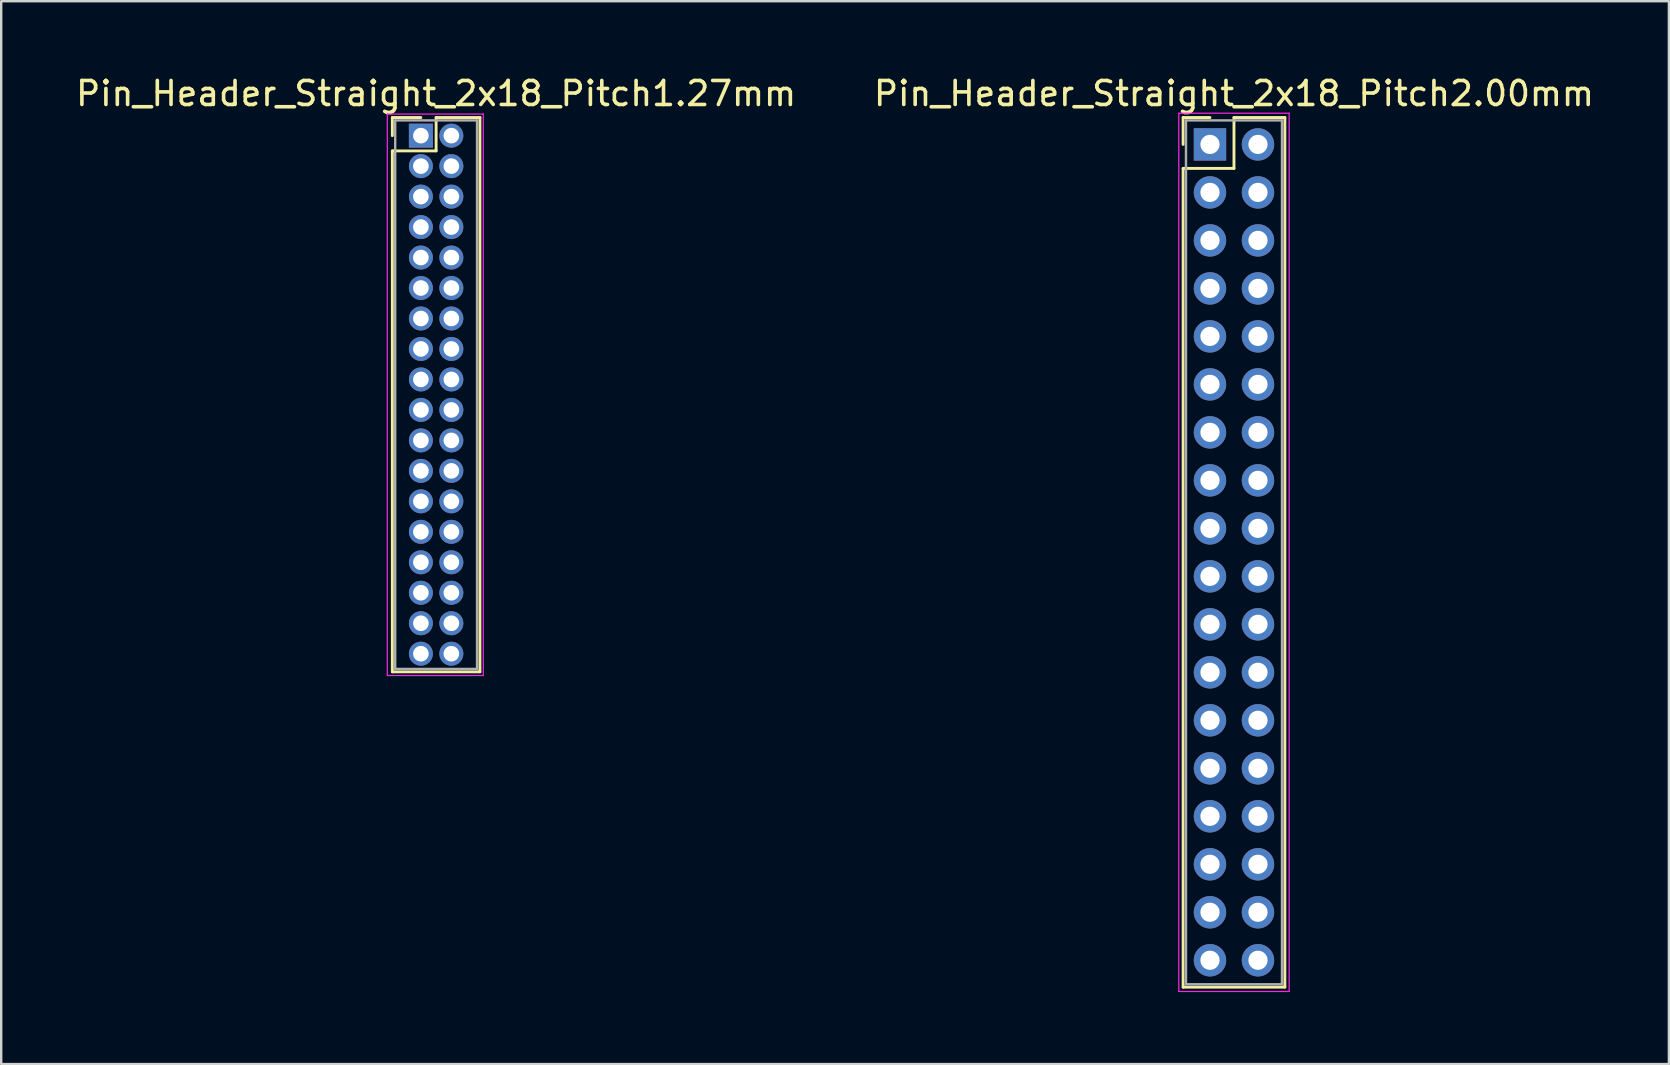
<source format=kicad_pcb>
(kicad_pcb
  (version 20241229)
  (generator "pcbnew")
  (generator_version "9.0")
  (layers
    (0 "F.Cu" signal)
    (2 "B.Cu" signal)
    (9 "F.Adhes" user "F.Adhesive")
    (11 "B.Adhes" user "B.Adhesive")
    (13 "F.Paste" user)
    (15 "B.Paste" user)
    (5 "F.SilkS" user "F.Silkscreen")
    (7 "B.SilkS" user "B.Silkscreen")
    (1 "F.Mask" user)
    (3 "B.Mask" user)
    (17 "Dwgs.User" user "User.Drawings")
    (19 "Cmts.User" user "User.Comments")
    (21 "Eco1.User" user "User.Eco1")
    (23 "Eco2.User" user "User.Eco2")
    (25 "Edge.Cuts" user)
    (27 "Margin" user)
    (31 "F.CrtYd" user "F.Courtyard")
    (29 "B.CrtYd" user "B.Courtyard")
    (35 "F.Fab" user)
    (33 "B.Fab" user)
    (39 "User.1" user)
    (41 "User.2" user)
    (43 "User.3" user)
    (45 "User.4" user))
  (footprint "Pin_Header_Straight_2x18_Pitch2.00mm"
    (layer "F.Cu")
    (at 47.375 2.968)
    (property "Reference" "Pin_Header_Straight_2x18_Pitch2.00mm" (at 1 -2.12 0) (layer "F.SilkS") (effects (font (size 1 1) (thickness 0.15))))
    (attr through_hole)
    (fp_line (start -1.12 -1.12) (end 0 -1.12) (stroke (width 0.12) (type solid)) (layer "F.SilkS"))
    (fp_line (start -1.12 0) (end -1.12 -1.12) (stroke (width 0.12) (type solid)) (layer "F.SilkS"))
    (fp_line (start -1.12 1) (end -1.12 35.12) (stroke (width 0.12) (type solid)) (layer "F.SilkS"))
    (fp_line (start -1.12 35.12) (end 3.12 35.12) (stroke (width 0.12) (type solid)) (layer "F.SilkS"))
    (fp_line (start 1 -1.12) (end 1 1) (stroke (width 0.12) (type solid)) (layer "F.SilkS"))
    (fp_line (start 1 1) (end -1.12 1) (stroke (width 0.12) (type solid)) (layer "F.SilkS"))
    (fp_line (start 3.12 -1.12) (end 1 -1.12) (stroke (width 0.12) (type solid)) (layer "F.SilkS"))
    (fp_line (start 3.12 35.12) (end 3.12 -1.12) (stroke (width 0.12) (type solid)) (layer "F.SilkS"))
    (fp_line (start -1.3 -1.3) (end -1.3 35.3) (stroke (width 0.05) (type solid)) (layer "F.CrtYd"))
    (fp_line (start -1.3 35.3) (end 3.3 35.3) (stroke (width 0.05) (type solid)) (layer "F.CrtYd"))
    (fp_line (start 3.3 -1.3) (end -1.3 -1.3) (stroke (width 0.05) (type solid)) (layer "F.CrtYd"))
    (fp_line (start 3.3 35.3) (end 3.3 -1.3) (stroke (width 0.05) (type solid)) (layer "F.CrtYd"))
    (fp_line (start -1 -1) (end -1 35) (stroke (width 0.1) (type solid)) (layer "F.Fab"))
    (fp_line (start -1 35) (end 3 35) (stroke (width 0.1) (type solid)) (layer "F.Fab"))
    (fp_line (start 3 -1) (end -1 -1) (stroke (width 0.1) (type solid)) (layer "F.Fab"))
    (fp_line (start 3 35) (end 3 -1) (stroke (width 0.1) (type solid)) (layer "F.Fab"))
    (pad "1" thru_hole rect (at 0 0) (size 1.35 1.35) (drill 0.8) (layers "*.Cu" "*.Mask"))
    (pad "2" thru_hole oval (at 2 0) (size 1.35 1.35) (drill 0.8) (layers "*.Cu" "*.Mask"))
    (pad "3" thru_hole oval (at 0 2) (size 1.35 1.35) (drill 0.8) (layers "*.Cu" "*.Mask"))
    (pad "4" thru_hole oval (at 2 2) (size 1.35 1.35) (drill 0.8) (layers "*.Cu" "*.Mask"))
    (pad "5" thru_hole oval (at 0 4) (size 1.35 1.35) (drill 0.8) (layers "*.Cu" "*.Mask"))
    (pad "6" thru_hole oval (at 2 4) (size 1.35 1.35) (drill 0.8) (layers "*.Cu" "*.Mask"))
    (pad "7" thru_hole oval (at 0 6) (size 1.35 1.35) (drill 0.8) (layers "*.Cu" "*.Mask"))
    (pad "8" thru_hole oval (at 2 6) (size 1.35 1.35) (drill 0.8) (layers "*.Cu" "*.Mask"))
    (pad "9" thru_hole oval (at 0 8) (size 1.35 1.35) (drill 0.8) (layers "*.Cu" "*.Mask"))
    (pad "10" thru_hole oval (at 2 8) (size 1.35 1.35) (drill 0.8) (layers "*.Cu" "*.Mask"))
    (pad "11" thru_hole oval (at 0 10) (size 1.35 1.35) (drill 0.8) (layers "*.Cu" "*.Mask"))
    (pad "12" thru_hole oval (at 2 10) (size 1.35 1.35) (drill 0.8) (layers "*.Cu" "*.Mask"))
    (pad "13" thru_hole oval (at 0 12) (size 1.35 1.35) (drill 0.8) (layers "*.Cu" "*.Mask"))
    (pad "14" thru_hole oval (at 2 12) (size 1.35 1.35) (drill 0.8) (layers "*.Cu" "*.Mask"))
    (pad "15" thru_hole oval (at 0 14) (size 1.35 1.35) (drill 0.8) (layers "*.Cu" "*.Mask"))
    (pad "16" thru_hole oval (at 2 14) (size 1.35 1.35) (drill 0.8) (layers "*.Cu" "*.Mask"))
    (pad "17" thru_hole oval (at 0 16) (size 1.35 1.35) (drill 0.8) (layers "*.Cu" "*.Mask"))
    (pad "18" thru_hole oval (at 2 16) (size 1.35 1.35) (drill 0.8) (layers "*.Cu" "*.Mask"))
    (pad "19" thru_hole oval (at 0 18) (size 1.35 1.35) (drill 0.8) (layers "*.Cu" "*.Mask"))
    (pad "20" thru_hole oval (at 2 18) (size 1.35 1.35) (drill 0.8) (layers "*.Cu" "*.Mask"))
    (pad "21" thru_hole oval (at 0 20) (size 1.35 1.35) (drill 0.8) (layers "*.Cu" "*.Mask"))
    (pad "22" thru_hole oval (at 2 20) (size 1.35 1.35) (drill 0.8) (layers "*.Cu" "*.Mask"))
    (pad "23" thru_hole oval (at 0 22) (size 1.35 1.35) (drill 0.8) (layers "*.Cu" "*.Mask"))
    (pad "24" thru_hole oval (at 2 22) (size 1.35 1.35) (drill 0.8) (layers "*.Cu" "*.Mask"))
    (pad "25" thru_hole oval (at 0 24) (size 1.35 1.35) (drill 0.8) (layers "*.Cu" "*.Mask"))
    (pad "26" thru_hole oval (at 2 24) (size 1.35 1.35) (drill 0.8) (layers "*.Cu" "*.Mask"))
    (pad "27" thru_hole oval (at 0 26) (size 1.35 1.35) (drill 0.8) (layers "*.Cu" "*.Mask"))
    (pad "28" thru_hole oval (at 2 26) (size 1.35 1.35) (drill 0.8) (layers "*.Cu" "*.Mask"))
    (pad "29" thru_hole oval (at 0 28) (size 1.35 1.35) (drill 0.8) (layers "*.Cu" "*.Mask"))
    (pad "30" thru_hole oval (at 2 28) (size 1.35 1.35) (drill 0.8) (layers "*.Cu" "*.Mask"))
    (pad "31" thru_hole oval (at 0 30) (size 1.35 1.35) (drill 0.8) (layers "*.Cu" "*.Mask"))
    (pad "32" thru_hole oval (at 2 30) (size 1.35 1.35) (drill 0.8) (layers "*.Cu" "*.Mask"))
    (pad "33" thru_hole oval (at 0 32) (size 1.35 1.35) (drill 0.8) (layers "*.Cu" "*.Mask"))
    (pad "34" thru_hole oval (at 2 32) (size 1.35 1.35) (drill 0.8) (layers "*.Cu" "*.Mask"))
    (pad "35" thru_hole oval (at 0 34) (size 1.35 1.35) (drill 0.8) (layers "*.Cu" "*.Mask"))
    (pad "36" thru_hole oval (at 2 34) (size 1.35 1.35) (drill 0.8) (layers "*.Cu" "*.Mask")))
  (footprint "Pin_Header_Straight_2x18_Pitch1.27mm"
    (layer "F.Cu")
    (at 14.49 2.603)
    (property "Reference" "Pin_Header_Straight_2x18_Pitch1.27mm" (at 0.635 -1.755 0) (layer "F.SilkS") (effects (font (size 1 1) (thickness 0.15))))
    (attr through_hole)
    (fp_line (start -1.19 -0.755) (end 0 -0.755) (stroke (width 0.12) (type solid)) (layer "F.SilkS"))
    (fp_line (start -1.19 0) (end -1.19 -0.755) (stroke (width 0.12) (type solid)) (layer "F.SilkS"))
    (fp_line (start -1.19 0.635) (end -1.19 22.345) (stroke (width 0.12) (type solid)) (layer "F.SilkS"))
    (fp_line (start -1.19 22.345) (end 2.46 22.345) (stroke (width 0.12) (type solid)) (layer "F.SilkS"))
    (fp_line (start 0.635 -0.755) (end 0.635 0.635) (stroke (width 0.12) (type solid)) (layer "F.SilkS"))
    (fp_line (start 0.635 0.635) (end -1.19 0.635) (stroke (width 0.12) (type solid)) (layer "F.SilkS"))
    (fp_line (start 2.46 -0.755) (end 0.635 -0.755) (stroke (width 0.12) (type solid)) (layer "F.SilkS"))
    (fp_line (start 2.46 22.345) (end 2.46 -0.755) (stroke (width 0.12) (type solid)) (layer "F.SilkS"))
    (fp_line (start -1.4 -0.9) (end -1.4 22.5) (stroke (width 0.05) (type solid)) (layer "F.CrtYd"))
    (fp_line (start -1.4 22.5) (end 2.6 22.5) (stroke (width 0.05) (type solid)) (layer "F.CrtYd"))
    (fp_line (start 2.6 -0.9) (end -1.4 -0.9) (stroke (width 0.05) (type solid)) (layer "F.CrtYd"))
    (fp_line (start 2.6 22.5) (end 2.6 -0.9) (stroke (width 0.05) (type solid)) (layer "F.CrtYd"))
    (fp_line (start -1.07 -0.635) (end -1.07 22.225) (stroke (width 0.1) (type solid)) (layer "F.Fab"))
    (fp_line (start -1.07 22.225) (end 2.34 22.225) (stroke (width 0.1) (type solid)) (layer "F.Fab"))
    (fp_line (start 2.34 -0.635) (end -1.07 -0.635) (stroke (width 0.1) (type solid)) (layer "F.Fab"))
    (fp_line (start 2.34 22.225) (end 2.34 -0.635) (stroke (width 0.1) (type solid)) (layer "F.Fab"))
    (pad "1" thru_hole rect (at 0 0) (size 1 1) (drill 0.65) (layers "*.Cu" "*.Mask"))
    (pad "2" thru_hole oval (at 1.27 0) (size 1 1) (drill 0.65) (layers "*.Cu" "*.Mask"))
    (pad "3" thru_hole oval (at 0 1.27) (size 1 1) (drill 0.65) (layers "*.Cu" "*.Mask"))
    (pad "4" thru_hole oval (at 1.27 1.27) (size 1 1) (drill 0.65) (layers "*.Cu" "*.Mask"))
    (pad "5" thru_hole oval (at 0 2.54) (size 1 1) (drill 0.65) (layers "*.Cu" "*.Mask"))
    (pad "6" thru_hole oval (at 1.27 2.54) (size 1 1) (drill 0.65) (layers "*.Cu" "*.Mask"))
    (pad "7" thru_hole oval (at 0 3.81) (size 1 1) (drill 0.65) (layers "*.Cu" "*.Mask"))
    (pad "8" thru_hole oval (at 1.27 3.81) (size 1 1) (drill 0.65) (layers "*.Cu" "*.Mask"))
    (pad "9" thru_hole oval (at 0 5.08) (size 1 1) (drill 0.65) (layers "*.Cu" "*.Mask"))
    (pad "10" thru_hole oval (at 1.27 5.08) (size 1 1) (drill 0.65) (layers "*.Cu" "*.Mask"))
    (pad "11" thru_hole oval (at 0 6.35) (size 1 1) (drill 0.65) (layers "*.Cu" "*.Mask"))
    (pad "12" thru_hole oval (at 1.27 6.35) (size 1 1) (drill 0.65) (layers "*.Cu" "*.Mask"))
    (pad "13" thru_hole oval (at 0 7.62) (size 1 1) (drill 0.65) (layers "*.Cu" "*.Mask"))
    (pad "14" thru_hole oval (at 1.27 7.62) (size 1 1) (drill 0.65) (layers "*.Cu" "*.Mask"))
    (pad "15" thru_hole oval (at 0 8.89) (size 1 1) (drill 0.65) (layers "*.Cu" "*.Mask"))
    (pad "16" thru_hole oval (at 1.27 8.89) (size 1 1) (drill 0.65) (layers "*.Cu" "*.Mask"))
    (pad "17" thru_hole oval (at 0 10.16) (size 1 1) (drill 0.65) (layers "*.Cu" "*.Mask"))
    (pad "18" thru_hole oval (at 1.27 10.16) (size 1 1) (drill 0.65) (layers "*.Cu" "*.Mask"))
    (pad "19" thru_hole oval (at 0 11.43) (size 1 1) (drill 0.65) (layers "*.Cu" "*.Mask"))
    (pad "20" thru_hole oval (at 1.27 11.43) (size 1 1) (drill 0.65) (layers "*.Cu" "*.Mask"))
    (pad "21" thru_hole oval (at 0 12.7) (size 1 1) (drill 0.65) (layers "*.Cu" "*.Mask"))
    (pad "22" thru_hole oval (at 1.27 12.7) (size 1 1) (drill 0.65) (layers "*.Cu" "*.Mask"))
    (pad "23" thru_hole oval (at 0 13.97) (size 1 1) (drill 0.65) (layers "*.Cu" "*.Mask"))
    (pad "24" thru_hole oval (at 1.27 13.97) (size 1 1) (drill 0.65) (layers "*.Cu" "*.Mask"))
    (pad "25" thru_hole oval (at 0 15.24) (size 1 1) (drill 0.65) (layers "*.Cu" "*.Mask"))
    (pad "26" thru_hole oval (at 1.27 15.24) (size 1 1) (drill 0.65) (layers "*.Cu" "*.Mask"))
    (pad "27" thru_hole oval (at 0 16.51) (size 1 1) (drill 0.65) (layers "*.Cu" "*.Mask"))
    (pad "28" thru_hole oval (at 1.27 16.51) (size 1 1) (drill 0.65) (layers "*.Cu" "*.Mask"))
    (pad "29" thru_hole oval (at 0 17.78) (size 1 1) (drill 0.65) (layers "*.Cu" "*.Mask"))
    (pad "30" thru_hole oval (at 1.27 17.78) (size 1 1) (drill 0.65) (layers "*.Cu" "*.Mask"))
    (pad "31" thru_hole oval (at 0 19.05) (size 1 1) (drill 0.65) (layers "*.Cu" "*.Mask"))
    (pad "32" thru_hole oval (at 1.27 19.05) (size 1 1) (drill 0.65) (layers "*.Cu" "*.Mask"))
    (pad "33" thru_hole oval (at 0 20.32) (size 1 1) (drill 0.65) (layers "*.Cu" "*.Mask"))
    (pad "34" thru_hole oval (at 1.27 20.32) (size 1 1) (drill 0.65) (layers "*.Cu" "*.Mask"))
    (pad "35" thru_hole oval (at 0 21.59) (size 1 1) (drill 0.65) (layers "*.Cu" "*.Mask"))
    (pad "36" thru_hole oval (at 1.27 21.59) (size 1 1) (drill 0.65) (layers "*.Cu" "*.Mask")))
  (gr_rect
    (start -3 -3)
    (end 66.5 41.293)
    (stroke (width 0.1) (type default))
    (fill no)
    (layer "Edge.Cuts")))
</source>
